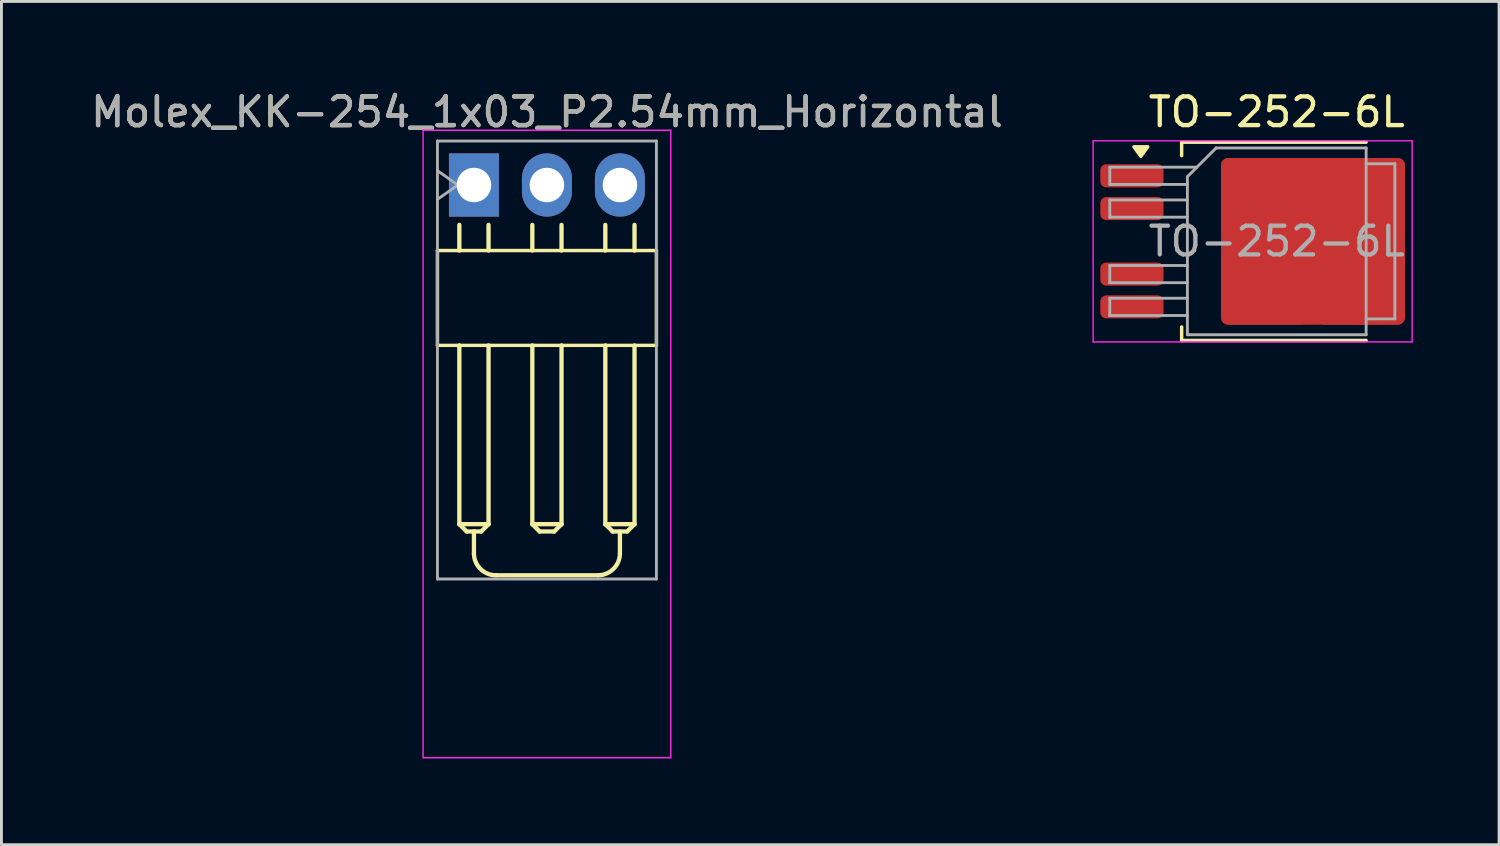
<source format=kicad_pcb>
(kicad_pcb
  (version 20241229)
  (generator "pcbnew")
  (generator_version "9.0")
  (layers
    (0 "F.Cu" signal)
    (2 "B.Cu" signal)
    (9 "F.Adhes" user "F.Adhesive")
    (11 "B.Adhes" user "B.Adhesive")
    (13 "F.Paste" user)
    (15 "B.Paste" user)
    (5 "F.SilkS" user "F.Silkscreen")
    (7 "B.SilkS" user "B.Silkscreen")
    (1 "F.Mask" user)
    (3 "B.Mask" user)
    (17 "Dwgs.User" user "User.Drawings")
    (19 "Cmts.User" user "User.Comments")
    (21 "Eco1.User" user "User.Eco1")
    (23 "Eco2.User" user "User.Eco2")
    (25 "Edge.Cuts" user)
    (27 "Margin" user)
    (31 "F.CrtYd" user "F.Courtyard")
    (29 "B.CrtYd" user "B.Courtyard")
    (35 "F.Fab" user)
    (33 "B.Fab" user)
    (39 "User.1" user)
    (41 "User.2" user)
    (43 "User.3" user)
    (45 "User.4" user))
  (footprint "Molex_KK-254_1x03_P2.54mm_Horizontal"
    (layer "F.Cu")
    (at 13.442 3.388)
    (property "Reference" "Molex_KK-254_1x03_P2.54mm_Horizontal" (at 2.54 -2.54 0) (layer "F.SilkS") (effects (font (size 1 1) (thickness 0.15))))
    (attr through_hole)
    (fp_line (start -1.27 2.28) (end -1.27 5.58) (stroke (width 0.12) (type solid)) (layer "F.SilkS"))
    (fp_line (start -1.27 2.28) (end 6.35 2.28) (stroke (width 0.12) (type solid)) (layer "F.SilkS"))
    (fp_line (start -0.508 1.388) (end -0.508 2.28) (stroke (width 0.15) (type solid)) (layer "F.SilkS"))
    (fp_line (start -0.508 11.802) (end -0.508 5.582) (stroke (width 0.15) (type solid)) (layer "F.SilkS"))
    (fp_line (start -0.508 11.802) (end 0.508 11.802) (stroke (width 0.15) (type solid)) (layer "F.SilkS"))
    (fp_line (start -0.254 12.056) (end -0.508 11.802) (stroke (width 0.15) (type solid)) (layer "F.SilkS"))
    (fp_line (start 0 12.056) (end -0.254 12.056) (stroke (width 0.15) (type solid)) (layer "F.SilkS"))
    (fp_line (start 0 12.056) (end 0 12.818) (stroke (width 0.15) (type solid)) (layer "F.SilkS"))
    (fp_line (start 0.254 12.056) (end 0 12.056) (stroke (width 0.15) (type solid)) (layer "F.SilkS"))
    (fp_line (start 0.508 2.28) (end 0.508 1.388) (stroke (width 0.15) (type solid)) (layer "F.SilkS"))
    (fp_line (start 0.508 5.582) (end 0.508 11.802) (stroke (width 0.15) (type solid)) (layer "F.SilkS"))
    (fp_line (start 0.508 11.802) (end 0.254 12.056) (stroke (width 0.15) (type solid)) (layer "F.SilkS"))
    (fp_line (start 0.762 13.58) (end 4.318 13.58) (stroke (width 0.15) (type solid)) (layer "F.SilkS"))
    (fp_line (start 2.032 2.28) (end 2.032 1.388) (stroke (width 0.15) (type solid)) (layer "F.SilkS"))
    (fp_line (start 2.032 5.582) (end 2.032 11.802) (stroke (width 0.15) (type solid)) (layer "F.SilkS"))
    (fp_line (start 2.032 11.802) (end 2.286 12.056) (stroke (width 0.15) (type solid)) (layer "F.SilkS"))
    (fp_line (start 2.286 12.056) (end 2.794 12.056) (stroke (width 0.15) (type solid)) (layer "F.SilkS"))
    (fp_line (start 2.794 12.056) (end 3.048 11.802) (stroke (width 0.15) (type solid)) (layer "F.SilkS"))
    (fp_line (start 3.048 2.28) (end 3.048 1.388) (stroke (width 0.15) (type solid)) (layer "F.SilkS"))
    (fp_line (start 3.048 11.802) (end 2.032 11.802) (stroke (width 0.15) (type solid)) (layer "F.SilkS"))
    (fp_line (start 3.048 11.802) (end 3.048 5.582) (stroke (width 0.15) (type solid)) (layer "F.SilkS"))
    (fp_line (start 4.572 2.28) (end 4.572 1.388) (stroke (width 0.15) (type solid)) (layer "F.SilkS"))
    (fp_line (start 4.572 5.582) (end 4.572 11.802) (stroke (width 0.15) (type solid)) (layer "F.SilkS"))
    (fp_line (start 4.572 11.802) (end 4.826 12.056) (stroke (width 0.15) (type solid)) (layer "F.SilkS"))
    (fp_line (start 4.826 12.056) (end 5.334 12.056) (stroke (width 0.15) (type solid)) (layer "F.SilkS"))
    (fp_line (start 5.08 12.056) (end 5.08 12.818) (stroke (width 0.15) (type solid)) (layer "F.SilkS"))
    (fp_line (start 5.334 12.056) (end 5.588 11.802) (stroke (width 0.15) (type solid)) (layer "F.SilkS"))
    (fp_line (start 5.588 2.28) (end 5.588 1.388) (stroke (width 0.15) (type solid)) (layer "F.SilkS"))
    (fp_line (start 5.588 11.802) (end 4.572 11.802) (stroke (width 0.15) (type solid)) (layer "F.SilkS"))
    (fp_line (start 5.588 11.802) (end 5.588 5.582) (stroke (width 0.15) (type solid)) (layer "F.SilkS"))
    (fp_line (start 6.35 2.28) (end 6.35 5.58) (stroke (width 0.12) (type solid)) (layer "F.SilkS"))
    (fp_line (start 6.35 5.58) (end -1.27 5.58) (stroke (width 0.12) (type solid)) (layer "F.SilkS"))
    (fp_arc (start 0.762 13.58) (mid 0.223185 13.356815) (end 0 12.818) (stroke (width 0.15) (type solid)) (layer "F.SilkS"))
    (fp_arc (start 5.08 12.818) (mid 4.856815 13.356815) (end 4.318 13.58) (stroke (width 0.15) (type solid)) (layer "F.SilkS"))
    (fp_line (start -1.77 -1.905) (end -1.77 19.93) (stroke (width 0.05) (type solid)) (layer "F.CrtYd"))
    (fp_line (start -1.762 19.93) (end 6.85 19.93) (stroke (width 0.05) (type solid)) (layer "F.CrtYd"))
    (fp_line (start 6.85 -1.905) (end -1.77 -1.905) (stroke (width 0.05) (type solid)) (layer "F.CrtYd"))
    (fp_line (start 6.85 19.93) (end 6.85 -1.905) (stroke (width 0.05) (type solid)) (layer "F.CrtYd"))
    (fp_line (start -1.27 -1.53) (end -1.27 13.71) (stroke (width 0.1) (type solid)) (layer "F.Fab"))
    (fp_line (start -1.27 -0.5) (end -0.563 0) (stroke (width 0.1) (type solid)) (layer "F.Fab"))
    (fp_line (start -1.27 13.71) (end 6.35 13.71) (stroke (width 0.1) (type solid)) (layer "F.Fab"))
    (fp_line (start -0.563 0) (end -1.27 0.5) (stroke (width 0.1) (type solid)) (layer "F.Fab"))
    (fp_line (start 6.35 -1.53) (end -1.27 -1.53) (stroke (width 0.1) (type solid)) (layer "F.Fab"))
    (fp_line (start 6.35 13.71) (end 6.35 -1.53) (stroke (width 0.1) (type solid)) (layer "F.Fab"))
    (fp_text user "${REFERENCE}" (at 2.54 -2.54 0) (layer "F.Fab") (effects (font (size 1 1) (thickness 0.15))))
    (pad "1" thru_hole rect (at 0 0) (size 1.74 2.2) (drill 1.2) (layers "*.Cu" "*.Mask"))
    (pad "2" thru_hole oval (at 2.54 0) (size 1.74 2.2) (drill 1.2) (layers "*.Cu" "*.Mask"))
    (pad "3" thru_hole oval (at 5.08 0) (size 1.74 2.2) (drill 1.2) (layers "*.Cu" "*.Mask")))
  (footprint "TO-252-6L"
    (layer "F.Cu")
    (at 41.379 5.348)
    (property "Reference" "TO-252-6L" (at 0 -4.5 0) (layer "F.SilkS") (effects (font (size 1 1) (thickness 0.15))))
    (attr smd)
    (fp_line (start -3.31 -3.45) (end -3.31 -2.98) (stroke (width 0.12) (type solid)) (layer "F.SilkS"))
    (fp_line (start -3.31 3.45) (end -3.31 2.98) (stroke (width 0.12) (type solid)) (layer "F.SilkS"))
    (fp_line (start 3.11 -3.45) (end -3.31 -3.45) (stroke (width 0.12) (type solid)) (layer "F.SilkS"))
    (fp_line (start 3.11 3.45) (end -3.31 3.45) (stroke (width 0.12) (type solid)) (layer "F.SilkS"))
    (fp_poly (pts (xy -4.73 -2.96) (xy -4.97 -3.29) (xy -4.49 -3.29) (xy -4.73 -2.96)) (stroke (width 0.12) (type solid)) (fill yes) (layer "F.SilkS"))
    (fp_line (start -6.39 -3.5) (end -6.39 3.5) (stroke (width 0.05) (type solid)) (layer "F.CrtYd"))
    (fp_line (start -6.39 3.5) (end 4.71 3.5) (stroke (width 0.05) (type solid)) (layer "F.CrtYd"))
    (fp_line (start 4.71 -3.5) (end -6.39 -3.5) (stroke (width 0.05) (type solid)) (layer "F.CrtYd"))
    (fp_line (start 4.71 3.5) (end 4.71 -3.5) (stroke (width 0.05) (type solid)) (layer "F.CrtYd"))
    (fp_line (start -5.81 -2.58) (end -5.81 -1.98) (stroke (width 0.1) (type solid)) (layer "F.Fab"))
    (fp_line (start -5.81 -1.98) (end -3.11 -1.98) (stroke (width 0.1) (type solid)) (layer "F.Fab"))
    (fp_line (start -5.81 -1.44) (end -5.81 -0.84) (stroke (width 0.1) (type solid)) (layer "F.Fab"))
    (fp_line (start -5.81 -0.84) (end -3.11 -0.84) (stroke (width 0.1) (type solid)) (layer "F.Fab"))
    (fp_line (start -5.81 0.84) (end -5.81 1.44) (stroke (width 0.1) (type solid)) (layer "F.Fab"))
    (fp_line (start -5.81 1.44) (end -3.11 1.44) (stroke (width 0.1) (type solid)) (layer "F.Fab"))
    (fp_line (start -5.81 1.98) (end -5.81 2.58) (stroke (width 0.1) (type solid)) (layer "F.Fab"))
    (fp_line (start -5.81 2.58) (end -3.11 2.58) (stroke (width 0.1) (type solid)) (layer "F.Fab"))
    (fp_line (start -3.11 -2.25) (end -2.11 -3.25) (stroke (width 0.1) (type solid)) (layer "F.Fab"))
    (fp_line (start -3.11 -1.44) (end -5.81 -1.44) (stroke (width 0.1) (type solid)) (layer "F.Fab"))
    (fp_line (start -3.11 0.84) (end -5.81 0.84) (stroke (width 0.1) (type solid)) (layer "F.Fab"))
    (fp_line (start -3.11 1.98) (end -5.81 1.98) (stroke (width 0.1) (type solid)) (layer "F.Fab"))
    (fp_line (start -3.11 3.25) (end -3.11 -2.25) (stroke (width 0.1) (type solid)) (layer "F.Fab"))
    (fp_line (start -2.78 -2.58) (end -5.81 -2.58) (stroke (width 0.1) (type solid)) (layer "F.Fab"))
    (fp_line (start -2.11 -3.25) (end 3.11 -3.25) (stroke (width 0.1) (type solid)) (layer "F.Fab"))
    (fp_line (start 3.11 -3.25) (end 3.11 3.25) (stroke (width 0.1) (type solid)) (layer "F.Fab"))
    (fp_line (start 3.11 -2.7) (end 4.11 -2.7) (stroke (width 0.1) (type solid)) (layer "F.Fab"))
    (fp_line (start 3.11 3.25) (end -3.11 3.25) (stroke (width 0.1) (type solid)) (layer "F.Fab"))
    (fp_line (start 4.11 -2.7) (end 4.11 2.7) (stroke (width 0.1) (type solid)) (layer "F.Fab"))
    (fp_line (start 4.11 2.7) (end 3.11 2.7) (stroke (width 0.1) (type solid)) (layer "F.Fab"))
    (fp_text user "${REFERENCE}" (at 0 0 0) (layer "F.Fab") (effects (font (size 1 1) (thickness 0.15))))
    (pad "1" smd roundrect (at -5.04 -2.28) (size 2.2 0.8) (layers "F.Cu" "F.Mask" "F.Paste") (roundrect_rratio 0.25))
    (pad "2" smd roundrect (at -5.04 -1.14) (size 2.2 0.8) (layers "F.Cu" "F.Mask" "F.Paste") (roundrect_rratio 0.25))
    (pad "4" smd roundrect (at -5.04 1.14) (size 2.2 0.8) (layers "F.Cu" "F.Mask" "F.Paste") (roundrect_rratio 0.25))
    (pad "4" smd roundrect (at -0.415 -1.525) (size 3.05 2.75) (layers "F.Cu" "F.Paste") (roundrect_rratio 0.091))
    (pad "4" smd roundrect (at -0.415 1.525) (size 3.05 2.75) (layers "F.Cu" "F.Paste") (roundrect_rratio 0.091))
    (pad "4" smd roundrect (at 1.26 0) (size 6.4 5.8) (layers "F.Cu" "F.Mask") (roundrect_rratio 0.043))
    (pad "4" smd roundrect (at 2.935 -1.525) (size 3.05 2.75) (layers "F.Cu" "F.Paste") (roundrect_rratio 0.091))
    (pad "4" smd roundrect (at 2.935 1.525) (size 3.05 2.75) (layers "F.Cu" "F.Paste") (roundrect_rratio 0.091))
    (pad "5" smd roundrect (at -5.04 2.28) (size 2.2 0.8) (layers "F.Cu" "F.Mask" "F.Paste") (roundrect_rratio 0.25)))
  (gr_rect
    (start -3 -3)
    (end 49.114 26.343)
    (stroke (width 0.1) (type default))
    (fill no)
    (layer "Edge.Cuts")))
</source>
